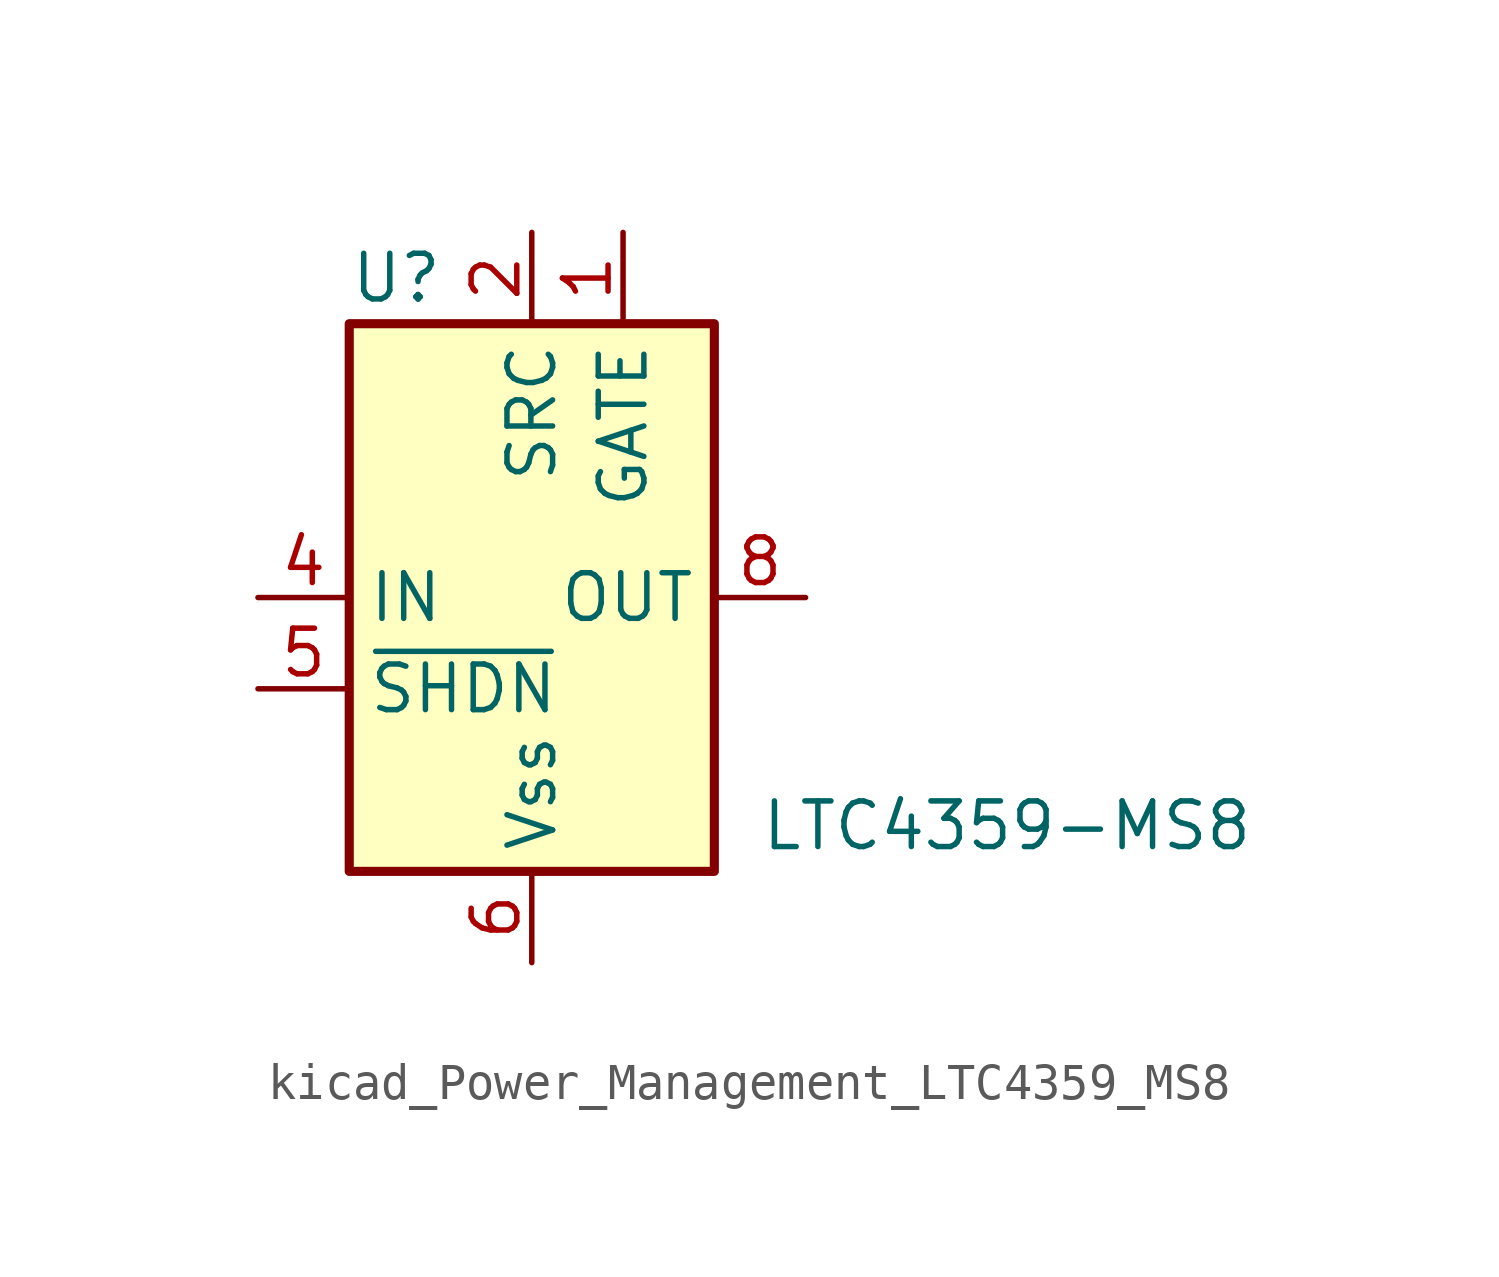
<source format=kicad_sym>
(kicad_symbol_lib
  (version 20220914)
  (generator kicad_symbol_editor)
  (symbol "kicad_Power_Management_LTC4359_MS8"
    (property "Reference" "U"
      (at -5.08 8.89 0)
      (effects (font (size 1.27 1.27)) (justify left)))
    (property "Value" "LTC4359-MS8"
      (at 6.35 -6.35 0)
      (effects (font (size 1.27 1.27)) (justify left)))
    (symbol "kicad_Power_Management_LTC4359_MS8_0_1"
      (rectangle (start -5.08 7.62) (end 5.08 -7.62) (stroke (width 0.254) (type default)) (fill (type background))))
    (symbol "kicad_Power_Management_LTC4359_MS8_1_1"
      (pin output line (at 2.54 10.16 270) (length 2.54) (name "GATE" (effects (font (size 1.27 1.27)))) (number "1" (effects (font (size 1.27 1.27)))))
      (pin input line (at 0 10.16 270) (length 2.54) (name "SRC" (effects (font (size 1.27 1.27)))) (number "2" (effects (font (size 1.27 1.27)))))
      (pin no_connect line (at -2.54 -7.62 90) (length 2.54) hide (name "NC" (effects (font (size 1.27 1.27)))) (number "3" (effects (font (size 1.27 1.27)))))
      (pin power_in line (at -7.62 0 0) (length 2.54) (name "IN" (effects (font (size 1.27 1.27)))) (number "4" (effects (font (size 1.27 1.27)))))
      (pin input line (at -7.62 -2.54 0) (length 2.54) (name "~{SHDN}" (effects (font (size 1.27 1.27)))) (number "5" (effects (font (size 1.27 1.27)))))
      (pin power_in line (at 0 -10.16 90) (length 2.54) (name "Vss" (effects (font (size 1.27 1.27)))) (number "6" (effects (font (size 1.27 1.27)))))
      (pin no_connect line (at 2.54 -7.62 90) (length 2.54) hide (name "NC" (effects (font (size 1.27 1.27)))) (number "7" (effects (font (size 1.27 1.27)))))
      (pin input line (at 7.62 0 180) (length 2.54) (name "OUT" (effects (font (size 1.27 1.27)))) (number "8" (effects (font (size 1.27 1.27))))))))
</source>
